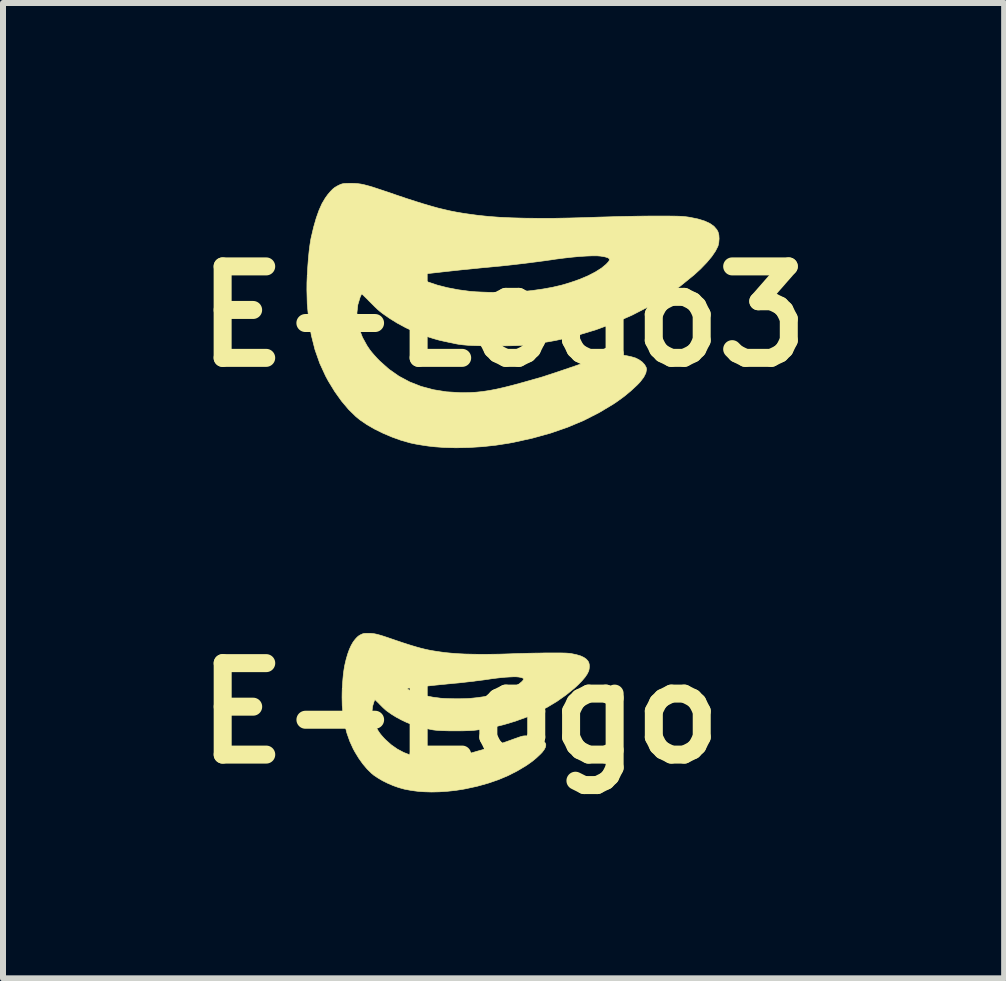
<source format=kicad_pcb>
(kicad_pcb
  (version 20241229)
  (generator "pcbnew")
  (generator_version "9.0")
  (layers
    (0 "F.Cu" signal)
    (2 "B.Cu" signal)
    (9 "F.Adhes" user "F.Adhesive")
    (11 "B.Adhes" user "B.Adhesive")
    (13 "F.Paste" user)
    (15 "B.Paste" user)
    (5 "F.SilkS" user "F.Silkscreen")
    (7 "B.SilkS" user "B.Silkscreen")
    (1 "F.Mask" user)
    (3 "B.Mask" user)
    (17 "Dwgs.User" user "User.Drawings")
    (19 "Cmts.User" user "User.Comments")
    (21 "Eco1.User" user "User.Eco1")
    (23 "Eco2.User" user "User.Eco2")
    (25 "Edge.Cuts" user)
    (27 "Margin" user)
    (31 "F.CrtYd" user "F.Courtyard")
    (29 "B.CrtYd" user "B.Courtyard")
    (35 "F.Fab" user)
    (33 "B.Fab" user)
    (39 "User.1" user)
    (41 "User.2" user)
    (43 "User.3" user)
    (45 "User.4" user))
  (footprint "E-Logo3"
    (layer "F.Cu")
    (at 5.341 2.224)
    (property "Reference" "E-Logo3" (at 0 0 0) (layer "F.SilkS") (effects (font (size 1.524 1.524) (thickness 0.3))))
    (attr through_hole)
    (fp_poly (pts (xy -2.54 -2.219) (xy -2.484 -2.218) (xy -2.431 -2.214) (xy -2.378 -2.207) (xy -2.321 -2.195) (xy -2.256 -2.178) (xy -2.18 -2.156) (xy -2.089 -2.126) (xy -1.979 -2.089) (xy -1.965 -2.085) (xy -1.779 -2.021) (xy -1.613 -1.965) (xy -1.464 -1.917) (xy -1.329 -1.875) (xy -1.206 -1.839) (xy -1.092 -1.807) (xy -0.983 -1.781) (xy -0.878 -1.757) (xy -0.774 -1.737) (xy -0.668 -1.719) (xy -0.556 -1.703) (xy -0.437 -1.687) (xy -0.393 -1.682) (xy -0.237 -1.666) (xy -0.06 -1.653) (xy 0.138 -1.644) (xy 0.355 -1.638) (xy 0.588 -1.636) (xy 0.835 -1.636) (xy 1.095 -1.641) (xy 1.366 -1.648) (xy 1.451 -1.651) (xy 1.59 -1.656) (xy 1.741 -1.66) (xy 1.898 -1.665) (xy 2.055 -1.668) (xy 2.207 -1.671) (xy 2.347 -1.673) (xy 2.471 -1.674) (xy 2.498 -1.674) (xy 2.623 -1.674) (xy 2.727 -1.674) (xy 2.812 -1.673) (xy 2.883 -1.672) (xy 2.941 -1.67) (xy 2.989 -1.667) (xy 3.031 -1.663) (xy 3.07 -1.658) (xy 3.102 -1.653) (xy 3.236 -1.626) (xy 3.348 -1.592) (xy 3.438 -1.551) (xy 3.507 -1.502) (xy 3.555 -1.446) (xy 3.575 -1.408) (xy 3.588 -1.359) (xy 3.592 -1.297) (xy 3.587 -1.234) (xy 3.575 -1.178) (xy 3.572 -1.17) (xy 3.531 -1.089) (xy 3.469 -0.998) (xy 3.387 -0.9) (xy 3.285 -0.794) (xy 3.175 -0.693) (xy 2.942 -0.504) (xy 2.691 -0.328) (xy 2.423 -0.167) (xy 2.139 -0.021) (xy 1.843 0.109) (xy 1.536 0.222) (xy 1.219 0.317) (xy 1.058 0.357) (xy 1 0.37) (xy 0.952 0.381) (xy 0.91 0.39) (xy 0.869 0.399) (xy 0.825 0.407) (xy 0.772 0.417) (xy 0.706 0.428) (xy 0.622 0.442) (xy 0.599 0.446) (xy 0.522 0.459) (xy 0.448 0.468) (xy 0.372 0.476) (xy 0.292 0.482) (xy 0.202 0.486) (xy 0.099 0.488) (xy -0.02 0.49) (xy -0.133 0.49) (xy -0.279 0.489) (xy -0.404 0.487) (xy -0.511 0.484) (xy -0.602 0.479) (xy -0.68 0.472) (xy -0.749 0.463) (xy -0.811 0.452) (xy -0.826 0.448) (xy -0.863 0.44) (xy -0.914 0.43) (xy -0.967 0.418) (xy -0.974 0.417) (xy -1.023 0.406) (xy -1.067 0.396) (xy -1.097 0.388) (xy -1.101 0.387) (xy -1.129 0.379) (xy -1.17 0.367) (xy -1.203 0.357) (xy -1.339 0.313) (xy -1.485 0.254) (xy -1.631 0.186) (xy -1.772 0.11) (xy -1.898 0.032) (xy -1.918 0.018) (xy -1.977 -0.023) (xy -2.025 -0.057) (xy -2.065 -0.089) (xy -2.102 -0.121) (xy -2.143 -0.16) (xy -2.192 -0.209) (xy -2.233 -0.25) (xy -2.277 -0.295) (xy -2.315 -0.332) (xy -2.343 -0.359) (xy -2.359 -0.374) (xy -2.362 -0.375) (xy -2.37 -0.365) (xy -2.382 -0.339) (xy -2.389 -0.324) (xy -2.428 -0.196) (xy -2.443 -0.064) (xy -2.435 0.072) (xy -2.404 0.209) (xy -2.351 0.348) (xy -2.275 0.486) (xy -2.23 0.553) (xy -2.198 0.594) (xy -2.155 0.644) (xy -2.106 0.698) (xy -2.063 0.742) (xy -1.909 0.879) (xy -1.743 0.995) (xy -1.565 1.09) (xy -1.374 1.165) (xy -1.169 1.22) (xy -0.952 1.255) (xy -0.722 1.269) (xy -0.676 1.27) (xy -0.568 1.268) (xy -0.461 1.262) (xy -0.353 1.251) (xy -0.24 1.234) (xy -0.119 1.211) (xy 0.013 1.181) (xy 0.159 1.144) (xy 0.324 1.099) (xy 0.405 1.076) (xy 0.462 1.06) (xy 0.514 1.045) (xy 0.555 1.034) (xy 0.575 1.028) (xy 0.611 1.018) (xy 0.667 1.001) (xy 0.738 0.977) (xy 0.822 0.95) (xy 0.915 0.919) (xy 1.012 0.886) (xy 1.112 0.852) (xy 1.209 0.819) (xy 1.301 0.787) (xy 1.384 0.757) (xy 1.403 0.75) (xy 1.499 0.715) (xy 1.575 0.688) (xy 1.635 0.667) (xy 1.681 0.652) (xy 1.716 0.641) (xy 1.744 0.635) (xy 1.767 0.631) (xy 1.788 0.629) (xy 1.811 0.629) (xy 1.819 0.629) (xy 1.891 0.632) (xy 1.972 0.642) (xy 2.057 0.655) (xy 2.134 0.672) (xy 2.197 0.691) (xy 2.199 0.691) (xy 2.258 0.721) (xy 2.311 0.759) (xy 2.352 0.804) (xy 2.377 0.849) (xy 2.383 0.881) (xy 2.371 0.943) (xy 2.336 1.012) (xy 2.278 1.088) (xy 2.229 1.14) (xy 2.12 1.241) (xy 2.011 1.331) (xy 1.893 1.417) (xy 1.832 1.458) (xy 1.592 1.602) (xy 1.337 1.732) (xy 1.068 1.845) (xy 0.782 1.944) (xy 0.479 2.028) (xy 0.157 2.099) (xy 0.085 2.112) (xy -0.128 2.145) (xy -0.349 2.169) (xy -0.572 2.183) (xy -0.791 2.188) (xy -0.999 2.182) (xy -1.149 2.171) (xy -1.255 2.159) (xy -1.362 2.143) (xy -1.462 2.126) (xy -1.548 2.108) (xy -1.56 2.105) (xy -1.708 2.063) (xy -1.858 2.009) (xy -2.007 1.946) (xy -2.149 1.876) (xy -2.279 1.801) (xy -2.393 1.723) (xy -2.459 1.669) (xy -2.581 1.55) (xy -2.699 1.41) (xy -2.812 1.252) (xy -2.919 1.077) (xy -2.965 0.992) (xy -3.062 0.781) (xy -3.142 0.554) (xy -3.203 0.313) (xy -3.246 0.058) (xy -3.271 -0.209) (xy -3.277 -0.442) (xy -3.276 -0.567) (xy -3.271 -0.686) (xy -1.468 -0.686) (xy -1.462 -0.673) (xy -1.434 -0.656) (xy -1.388 -0.632) (xy -1.256 -0.574) (xy -1.104 -0.523) (xy -0.935 -0.48) (xy -0.752 -0.445) (xy -0.559 -0.419) (xy -0.556 -0.419) (xy -0.471 -0.412) (xy -0.368 -0.407) (xy -0.253 -0.403) (xy -0.133 -0.401) (xy -0.013 -0.401) (xy 0.1 -0.403) (xy 0.201 -0.407) (xy 0.277 -0.412) (xy 0.474 -0.432) (xy 0.651 -0.457) (xy 0.813 -0.486) (xy 0.964 -0.521) (xy 1.109 -0.564) (xy 1.253 -0.614) (xy 1.27 -0.62) (xy 1.407 -0.678) (xy 1.529 -0.741) (xy 1.632 -0.806) (xy 1.713 -0.873) (xy 1.714 -0.875) (xy 1.749 -0.912) (xy 1.765 -0.941) (xy 1.761 -0.963) (xy 1.736 -0.98) (xy 1.689 -0.994) (xy 1.62 -1.006) (xy 1.559 -1.011) (xy 1.477 -1.011) (xy 1.377 -1.007) (xy 1.263 -1) (xy 1.137 -0.988) (xy 1.003 -0.973) (xy 0.863 -0.955) (xy 0.786 -0.943) (xy 0.734 -0.936) (xy 0.672 -0.927) (xy 0.61 -0.919) (xy 0.605 -0.918) (xy 0.543 -0.91) (xy 0.477 -0.902) (xy 0.421 -0.894) (xy 0.417 -0.894) (xy 0.338 -0.884) (xy 0.243 -0.873) (xy 0.14 -0.861) (xy 0.039 -0.85) (xy -0.054 -0.84) (xy -0.115 -0.835) (xy -0.173 -0.829) (xy -0.246 -0.822) (xy -0.326 -0.815) (xy -0.405 -0.807) (xy -0.423 -0.805) (xy -0.494 -0.798) (xy -0.562 -0.791) (xy -0.622 -0.785) (xy -0.665 -0.781) (xy -0.677 -0.78) (xy -0.723 -0.775) (xy -0.786 -0.768) (xy -0.861 -0.76) (xy -0.943 -0.751) (xy -1.026 -0.742) (xy -1.102 -0.733) (xy -1.167 -0.726) (xy -1.23 -0.719) (xy -1.299 -0.712) (xy -1.355 -0.706) (xy -1.416 -0.7) (xy -1.453 -0.694) (xy -1.468 -0.686) (xy -3.271 -0.686) (xy -3.27 -0.699) (xy -3.262 -0.833) (xy -3.252 -0.964) (xy -3.24 -1.087) (xy -3.226 -1.197) (xy -3.211 -1.29) (xy -3.205 -1.318) (xy -3.164 -1.491) (xy -3.121 -1.641) (xy -3.075 -1.77) (xy -3.026 -1.88) (xy -2.971 -1.973) (xy -2.93 -2.03) (xy -2.885 -2.083) (xy -2.847 -2.122) (xy -2.811 -2.151) (xy -2.77 -2.175) (xy -2.746 -2.187) (xy -2.714 -2.202) (xy -2.685 -2.211) (xy -2.653 -2.216) (xy -2.611 -2.218) (xy -2.552 -2.219) (xy -2.54 -2.219)) (stroke (width 0.01) (type solid)) (fill yes) (layer "F.SilkS")))
  (footprint "E-Logo"
    (layer "F.Cu")
    (at 4.616 8.835)
    (property "Reference" "E-Logo" (at 0 0 0) (layer "F.SilkS") (effects (font (size 1.524 1.524) (thickness 0.3))))
    (attr through_hole)
    (fp_poly (pts (xy -1.524 -1.331) (xy -1.49 -1.331) (xy -1.459 -1.328) (xy -1.427 -1.324) (xy -1.393 -1.317) (xy -1.354 -1.307) (xy -1.308 -1.294) (xy -1.253 -1.276) (xy -1.187 -1.254) (xy -1.179 -1.251) (xy -1.068 -1.213) (xy -0.968 -1.179) (xy -0.878 -1.15) (xy -0.798 -1.125) (xy -0.724 -1.103) (xy -0.655 -1.084) (xy -0.59 -1.068) (xy -0.527 -1.054) (xy -0.464 -1.042) (xy -0.401 -1.032) (xy -0.334 -1.022) (xy -0.262 -1.012) (xy -0.236 -1.009) (xy -0.142 -1) (xy -0.036 -0.992) (xy 0.083 -0.986) (xy 0.213 -0.983) (xy 0.353 -0.981) (xy 0.501 -0.982) (xy 0.657 -0.984) (xy 0.82 -0.989) (xy 0.871 -0.991) (xy 0.954 -0.994) (xy 1.045 -0.996) (xy 1.139 -0.999) (xy 1.233 -1.001) (xy 1.324 -1.002) (xy 1.408 -1.004) (xy 1.482 -1.004) (xy 1.499 -1.004) (xy 1.574 -1.004) (xy 1.636 -1.004) (xy 1.687 -1.004) (xy 1.73 -1.003) (xy 1.764 -1.002) (xy 1.793 -1) (xy 1.819 -0.998) (xy 1.842 -0.995) (xy 1.861 -0.992) (xy 1.942 -0.975) (xy 2.009 -0.955) (xy 2.063 -0.93) (xy 2.104 -0.901) (xy 2.133 -0.868) (xy 2.145 -0.845) (xy 2.153 -0.815) (xy 2.155 -0.778) (xy 2.152 -0.74) (xy 2.145 -0.707) (xy 2.143 -0.702) (xy 2.119 -0.653) (xy 2.082 -0.599) (xy 2.032 -0.54) (xy 1.971 -0.477) (xy 1.905 -0.416) (xy 1.765 -0.303) (xy 1.615 -0.197) (xy 1.454 -0.1) (xy 1.284 -0.012) (xy 1.106 0.066) (xy 0.921 0.133) (xy 0.731 0.19) (xy 0.635 0.214) (xy 0.6 0.222) (xy 0.571 0.229) (xy 0.546 0.234) (xy 0.522 0.239) (xy 0.495 0.244) (xy 0.463 0.25) (xy 0.424 0.257) (xy 0.373 0.265) (xy 0.359 0.268) (xy 0.313 0.275) (xy 0.269 0.281) (xy 0.223 0.286) (xy 0.175 0.289) (xy 0.121 0.291) (xy 0.06 0.293) (xy -0.012 0.294) (xy -0.08 0.294) (xy -0.168 0.294) (xy -0.242 0.292) (xy -0.306 0.29) (xy -0.361 0.287) (xy -0.408 0.283) (xy -0.449 0.278) (xy -0.486 0.271) (xy -0.496 0.269) (xy -0.518 0.264) (xy -0.548 0.258) (xy -0.58 0.251) (xy -0.584 0.25) (xy -0.614 0.244) (xy -0.64 0.238) (xy -0.658 0.233) (xy -0.66 0.232) (xy -0.677 0.227) (xy -0.702 0.22) (xy -0.722 0.214) (xy -0.804 0.188) (xy -0.891 0.153) (xy -0.979 0.111) (xy -1.063 0.066) (xy -1.139 0.019) (xy -1.151 0.011) (xy -1.186 -0.014) (xy -1.215 -0.034) (xy -1.239 -0.053) (xy -1.261 -0.073) (xy -1.286 -0.096) (xy -1.315 -0.125) (xy -1.34 -0.15) (xy -1.366 -0.177) (xy -1.389 -0.199) (xy -1.406 -0.216) (xy -1.416 -0.224) (xy -1.417 -0.225) (xy -1.422 -0.219) (xy -1.429 -0.203) (xy -1.433 -0.194) (xy -1.457 -0.117) (xy -1.466 -0.038) (xy -1.461 0.043) (xy -1.443 0.126) (xy -1.411 0.209) (xy -1.365 0.292) (xy -1.338 0.332) (xy -1.319 0.356) (xy -1.293 0.387) (xy -1.264 0.419) (xy -1.238 0.445) (xy -1.146 0.527) (xy -1.046 0.597) (xy -0.939 0.654) (xy -0.824 0.699) (xy -0.702 0.732) (xy -0.571 0.753) (xy -0.433 0.761) (xy -0.406 0.762) (xy -0.341 0.761) (xy -0.276 0.757) (xy -0.212 0.75) (xy -0.144 0.74) (xy -0.071 0.727) (xy 0.008 0.709) (xy 0.096 0.687) (xy 0.194 0.66) (xy 0.243 0.646) (xy 0.277 0.636) (xy 0.309 0.627) (xy 0.333 0.62) (xy 0.345 0.617) (xy 0.367 0.611) (xy 0.4 0.6) (xy 0.443 0.586) (xy 0.493 0.57) (xy 0.549 0.551) (xy 0.607 0.532) (xy 0.667 0.511) (xy 0.725 0.491) (xy 0.78 0.472) (xy 0.83 0.454) (xy 0.842 0.45) (xy 0.899 0.429) (xy 0.945 0.413) (xy 0.981 0.4) (xy 1.008 0.391) (xy 1.03 0.385) (xy 1.046 0.381) (xy 1.06 0.379) (xy 1.073 0.378) (xy 1.087 0.377) (xy 1.092 0.377) (xy 1.134 0.379) (xy 1.183 0.385) (xy 1.234 0.393) (xy 1.28 0.403) (xy 1.318 0.414) (xy 1.319 0.415) (xy 1.355 0.432) (xy 1.386 0.456) (xy 1.411 0.482) (xy 1.426 0.51) (xy 1.43 0.528) (xy 1.423 0.566) (xy 1.402 0.607) (xy 1.367 0.653) (xy 1.337 0.684) (xy 1.272 0.745) (xy 1.207 0.799) (xy 1.136 0.85) (xy 1.099 0.875) (xy 0.955 0.961) (xy 0.802 1.039) (xy 0.641 1.107) (xy 0.469 1.166) (xy 0.287 1.217) (xy 0.094 1.259) (xy 0.051 1.267) (xy -0.077 1.287) (xy -0.209 1.301) (xy -0.343 1.31) (xy -0.474 1.313) (xy -0.599 1.309) (xy -0.689 1.303) (xy -0.753 1.295) (xy -0.817 1.286) (xy -0.877 1.275) (xy -0.929 1.265) (xy -0.936 1.263) (xy -1.025 1.238) (xy -1.115 1.206) (xy -1.204 1.168) (xy -1.289 1.126) (xy -1.367 1.08) (xy -1.436 1.034) (xy -1.476 1.001) (xy -1.548 0.93) (xy -1.619 0.846) (xy -1.687 0.751) (xy -1.751 0.646) (xy -1.779 0.595) (xy -1.837 0.468) (xy -1.885 0.332) (xy -1.922 0.188) (xy -1.948 0.035) (xy -1.963 -0.125) (xy -1.966 -0.265) (xy -1.965 -0.34) (xy -1.963 -0.411) (xy -0.881 -0.411) (xy -0.877 -0.404) (xy -0.86 -0.393) (xy -0.833 -0.379) (xy -0.754 -0.345) (xy -0.663 -0.314) (xy -0.561 -0.288) (xy -0.451 -0.267) (xy -0.336 -0.252) (xy -0.334 -0.251) (xy -0.282 -0.247) (xy -0.221 -0.244) (xy -0.152 -0.242) (xy -0.08 -0.241) (xy -0.008 -0.241) (xy 0.06 -0.242) (xy 0.12 -0.244) (xy 0.166 -0.247) (xy 0.284 -0.259) (xy 0.39 -0.274) (xy 0.488 -0.292) (xy 0.578 -0.313) (xy 0.666 -0.338) (xy 0.752 -0.368) (xy 0.762 -0.372) (xy 0.844 -0.407) (xy 0.917 -0.444) (xy 0.979 -0.484) (xy 1.028 -0.524) (xy 1.029 -0.525) (xy 1.049 -0.547) (xy 1.059 -0.564) (xy 1.056 -0.578) (xy 1.041 -0.588) (xy 1.013 -0.597) (xy 0.972 -0.604) (xy 0.935 -0.607) (xy 0.886 -0.607) (xy 0.826 -0.604) (xy 0.758 -0.6) (xy 0.682 -0.593) (xy 0.602 -0.584) (xy 0.518 -0.573) (xy 0.472 -0.566) (xy 0.441 -0.562) (xy 0.403 -0.556) (xy 0.366 -0.551) (xy 0.363 -0.551) (xy 0.326 -0.546) (xy 0.286 -0.541) (xy 0.252 -0.537) (xy 0.25 -0.536) (xy 0.203 -0.53) (xy 0.146 -0.524) (xy 0.084 -0.517) (xy 0.023 -0.51) (xy -0.032 -0.504) (xy -0.069 -0.501) (xy -0.104 -0.498) (xy -0.147 -0.493) (xy -0.196 -0.489) (xy -0.243 -0.484) (xy -0.254 -0.483) (xy -0.297 -0.479) (xy -0.337 -0.475) (xy -0.373 -0.471) (xy -0.399 -0.469) (xy -0.406 -0.468) (xy -0.434 -0.465) (xy -0.472 -0.461) (xy -0.517 -0.456) (xy -0.566 -0.451) (xy -0.615 -0.445) (xy -0.661 -0.44) (xy -0.7 -0.435) (xy -0.738 -0.431) (xy -0.779 -0.427) (xy -0.813 -0.424) (xy -0.849 -0.42) (xy -0.872 -0.416) (xy -0.881 -0.411) (xy -1.963 -0.411) (xy -1.962 -0.42) (xy -1.957 -0.5) (xy -1.951 -0.578) (xy -1.944 -0.652) (xy -1.935 -0.718) (xy -1.926 -0.774) (xy -1.923 -0.791) (xy -1.899 -0.894) (xy -1.873 -0.984) (xy -1.845 -1.062) (xy -1.815 -1.128) (xy -1.783 -1.184) (xy -1.758 -1.218) (xy -1.731 -1.25) (xy -1.708 -1.273) (xy -1.687 -1.29) (xy -1.662 -1.305) (xy -1.647 -1.312) (xy -1.628 -1.321) (xy -1.611 -1.326) (xy -1.592 -1.33) (xy -1.566 -1.331) (xy -1.531 -1.331) (xy -1.524 -1.331)) (stroke (width 0.01) (type solid)) (fill yes) (layer "F.SilkS")))
  (gr_rect
    (start -3 -3)
    (end 13.683 13.253)
    (stroke (width 0.1) (type default))
    (fill no)
    (layer "Edge.Cuts")))
</source>
